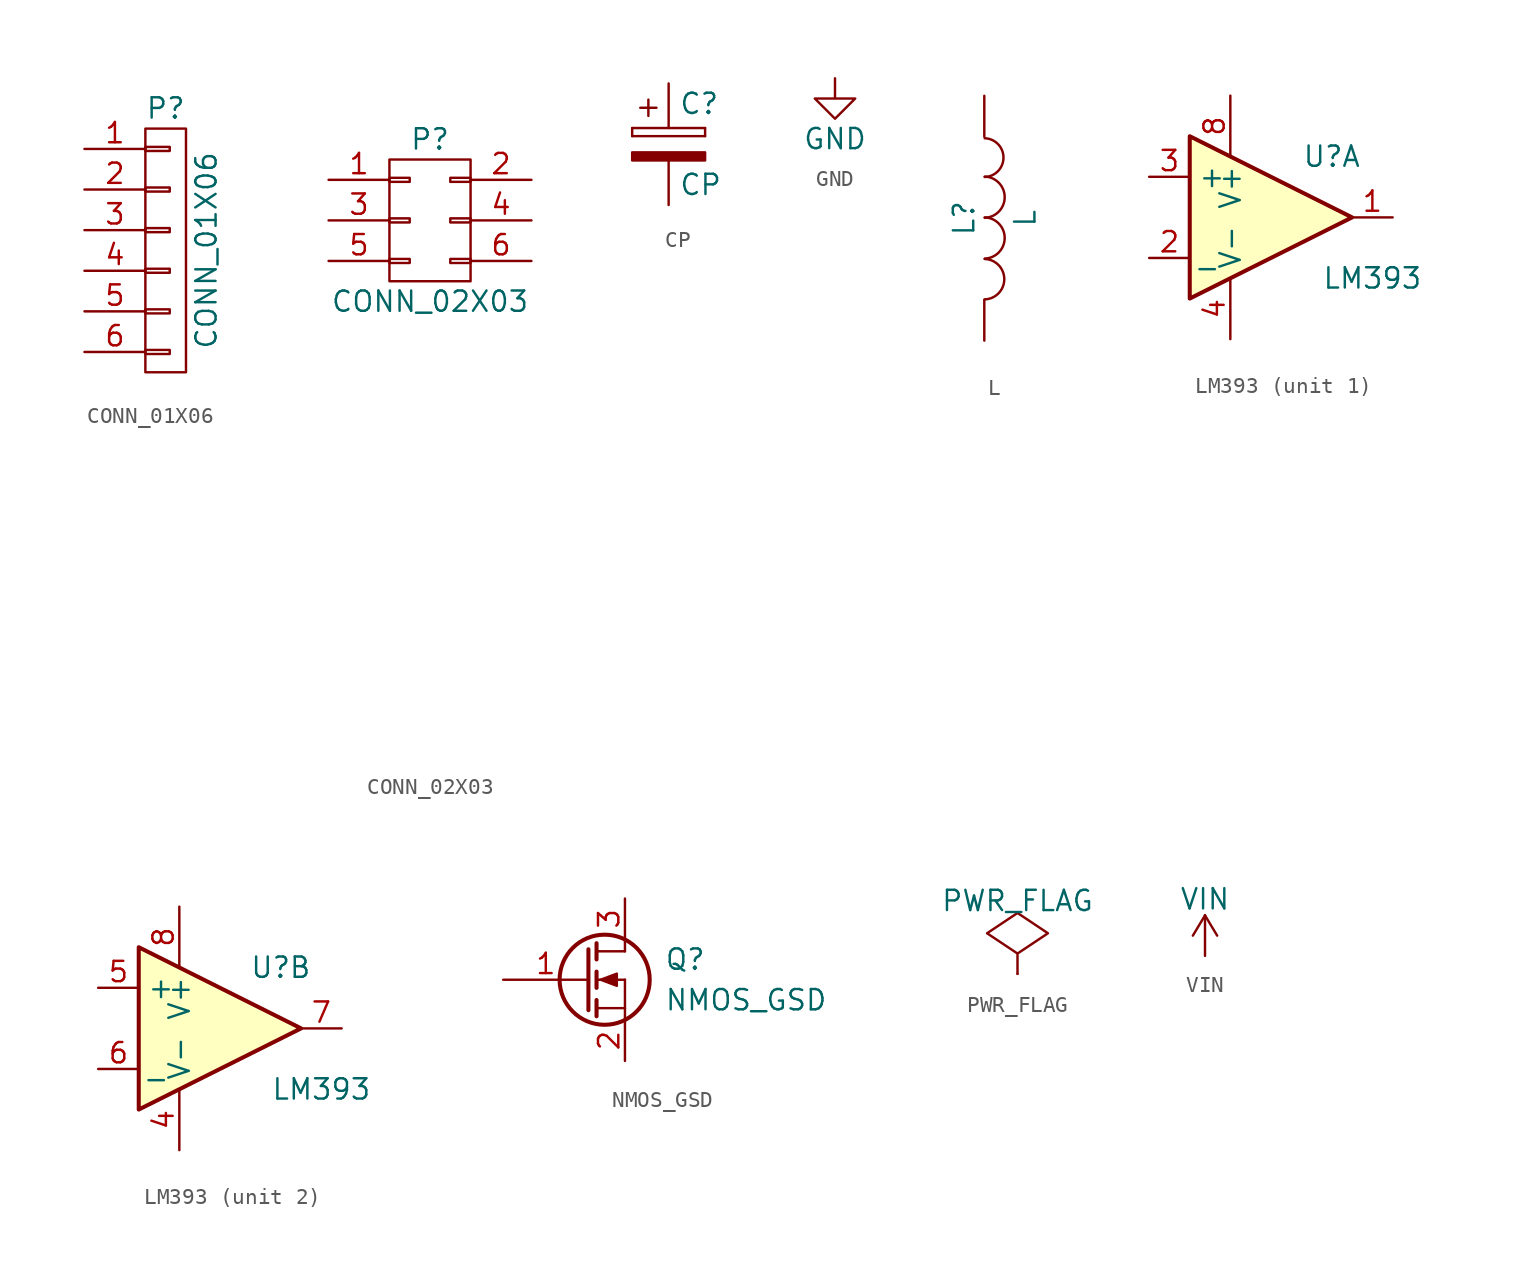
<source format=kicad_sym>
(kicad_symbol_lib
  (version 20211014)
  (generator kicad_symbol_editor)
  (symbol "CONN_01X06"
    (pin_names
      (offset 1.016) hide)
    (property "Reference" "P"
      (at 0 8.89 0)
      (effects (font (size 1.27 1.27))))
    (property "Value" "CONN_01X06"
      (at 2.54 0 90)
      (effects (font (size 1.27 1.27))))
    (property "Footprint" ""
      (at 0 0 0)
      (effects (font (size 1.524 1.524))))
    (property "Datasheet" ""
      (at 0 0 0)
      (effects (font (size 1.524 1.524))))
    (symbol "CONN_01X06_0_1"
      (rectangle (start -1.27 -6.223) (end 0.254 -6.477) (stroke (width 0) (type default) (color 0 0 0 0)) (fill (type none)))
      (rectangle (start -1.27 -3.683) (end 0.254 -3.937) (stroke (width 0) (type default) (color 0 0 0 0)) (fill (type none)))
      (rectangle (start -1.27 -1.143) (end 0.254 -1.397) (stroke (width 0) (type default) (color 0 0 0 0)) (fill (type none)))
      (rectangle (start -1.27 1.397) (end 0.254 1.143) (stroke (width 0) (type default) (color 0 0 0 0)) (fill (type none)))
      (rectangle (start -1.27 3.937) (end 0.254 3.683) (stroke (width 0) (type default) (color 0 0 0 0)) (fill (type none)))
      (rectangle (start -1.27 6.477) (end 0.254 6.223) (stroke (width 0) (type default) (color 0 0 0 0)) (fill (type none)))
      (rectangle (start -1.27 7.62) (end 1.27 -7.62) (stroke (width 0) (type default) (color 0 0 0 0)) (fill (type none))))
    (symbol "CONN_01X06_1_1"
      (pin passive line (at -5.08 6.35 0) (length 3.81) (name "P1" (effects (font (size 1.27 1.27)))) (number "1" (effects (font (size 1.27 1.27)))))
      (pin passive line (at -5.08 3.81 0) (length 3.81) (name "P2" (effects (font (size 1.27 1.27)))) (number "2" (effects (font (size 1.27 1.27)))))
      (pin passive line (at -5.08 1.27 0) (length 3.81) (name "P3" (effects (font (size 1.27 1.27)))) (number "3" (effects (font (size 1.27 1.27)))))
      (pin passive line (at -5.08 -1.27 0) (length 3.81) (name "P4" (effects (font (size 1.27 1.27)))) (number "4" (effects (font (size 1.27 1.27)))))
      (pin passive line (at -5.08 -3.81 0) (length 3.81) (name "P5" (effects (font (size 1.27 1.27)))) (number "5" (effects (font (size 1.27 1.27)))))
      (pin passive line (at -5.08 -6.35 0) (length 3.81) (name "P6" (effects (font (size 1.27 1.27)))) (number "6" (effects (font (size 1.27 1.27)))))))
  (symbol "CONN_02X03"
    (pin_names
      (offset 0.025) hide)
    (property "Reference" "P"
      (at 0 5.08 0)
      (effects (font (size 1.27 1.27))))
    (property "Value" "CONN_02X03"
      (at 0 -5.08 0)
      (effects (font (size 1.27 1.27))))
    (property "Footprint" ""
      (at 0 -30.48 0)
      (effects (font (size 1.524 1.524))))
    (property "Datasheet" ""
      (at 0 -30.48 0)
      (effects (font (size 1.524 1.524))))
    (symbol "CONN_02X03_0_1"
      (rectangle (start -2.54 -2.413) (end -1.27 -2.667) (stroke (width 0) (type default) (color 0 0 0 0)) (fill (type none)))
      (rectangle (start -2.54 0.127) (end -1.27 -0.127) (stroke (width 0) (type default) (color 0 0 0 0)) (fill (type none)))
      (rectangle (start -2.54 2.667) (end -1.27 2.413) (stroke (width 0) (type default) (color 0 0 0 0)) (fill (type none)))
      (rectangle (start -2.54 3.81) (end 2.54 -3.81) (stroke (width 0) (type default) (color 0 0 0 0)) (fill (type none)))
      (rectangle (start 1.27 -2.413) (end 2.54 -2.667) (stroke (width 0) (type default) (color 0 0 0 0)) (fill (type none)))
      (rectangle (start 1.27 0.127) (end 2.54 -0.127) (stroke (width 0) (type default) (color 0 0 0 0)) (fill (type none)))
      (rectangle (start 1.27 2.667) (end 2.54 2.413) (stroke (width 0) (type default) (color 0 0 0 0)) (fill (type none))))
    (symbol "CONN_02X03_1_1"
      (pin passive line (at -6.35 2.54 0) (length 3.81) (name "P1" (effects (font (size 1.27 1.27)))) (number "1" (effects (font (size 1.27 1.27)))))
      (pin passive line (at 6.35 2.54 180) (length 3.81) (name "P2" (effects (font (size 1.27 1.27)))) (number "2" (effects (font (size 1.27 1.27)))))
      (pin passive line (at -6.35 0 0) (length 3.81) (name "P3" (effects (font (size 1.27 1.27)))) (number "3" (effects (font (size 1.27 1.27)))))
      (pin passive line (at 6.35 0 180) (length 3.81) (name "P4" (effects (font (size 1.27 1.27)))) (number "4" (effects (font (size 1.27 1.27)))))
      (pin passive line (at -6.35 -2.54 0) (length 3.81) (name "P5" (effects (font (size 1.27 1.27)))) (number "5" (effects (font (size 1.27 1.27)))))
      (pin passive line (at 6.35 -2.54 180) (length 3.81) (name "P6" (effects (font (size 1.27 1.27)))) (number "6" (effects (font (size 1.27 1.27)))))))
  (symbol "CP"
    (pin_numbers hide)
    (pin_names
      (offset 0.254))
    (property "Reference" "C"
      (at 0.635 2.54 0)
      (effects (font (size 1.27 1.27)) (justify left)))
    (property "Value" "CP"
      (at 0.635 -2.54 0)
      (effects (font (size 1.27 1.27)) (justify left)))
    (property "Footprint" ""
      (at 0.965 -3.81 0)
      (effects (font (size 0.762 0.762))))
    (property "Datasheet" ""
      (at 0 0 0)
      (effects (font (size 1.524 1.524))))
    (symbol "CP_0_1"
      (rectangle (start -2.286 0.508) (end -2.286 1.016) (stroke (width 0) (type default) (color 0 0 0 0)) (fill (type none)))
      (rectangle (start -2.286 0.508) (end 2.286 0.508) (stroke (width 0) (type default) (color 0 0 0 0)) (fill (type none)))
      (polyline (pts (xy -1.778 2.286) (xy -0.762 2.286)) (stroke (width 0) (type default) (color 0 0 0 0)) (fill (type none)))
      (polyline (pts (xy -1.27 2.794) (xy -1.27 1.778)) (stroke (width 0) (type default) (color 0 0 0 0)) (fill (type none)))
      (rectangle (start 2.286 -0.508) (end -2.286 -1.016) (stroke (width 0) (type default) (color 0 0 0 0)) (fill (type outline)))
      (rectangle (start 2.286 1.016) (end -2.286 1.016) (stroke (width 0) (type default) (color 0 0 0 0)) (fill (type none)))
      (rectangle (start 2.286 1.016) (end 2.286 0.508) (stroke (width 0) (type default) (color 0 0 0 0)) (fill (type none))))
    (symbol "CP_1_1"
      (pin passive line (at 0 3.81 270) (length 2.794) (name "~" (effects (font (size 1.016 1.016)))) (number "1" (effects (font (size 1.016 1.016)))))
      (pin passive line (at 0 -3.81 90) (length 2.794) (name "~" (effects (font (size 1.016 1.016)))) (number "2" (effects (font (size 1.016 1.016)))))))
  (symbol "GND"
    (power)
    (pin_names
      (offset 0))
    (property "Reference" "#PWR"
      (at 0 -6.35 0)
      (effects (font (size 1.27 1.27)) hide))
    (property "Value" "GND"
      (at 0 -3.81 0)
      (effects (font (size 1.27 1.27))))
    (property "Footprint" ""
      (at 0 0 0)
      (effects (font (size 1.524 1.524))))
    (property "Datasheet" ""
      (at 0 0 0)
      (effects (font (size 1.524 1.524))))
    (symbol "GND_0_1"
      (polyline (pts (xy 0 0) (xy 0 -1.27) (xy 1.27 -1.27) (xy 0 -2.54) (xy -1.27 -1.27) (xy 0 -1.27)) (stroke (width 0) (type default) (color 0 0 0 0)) (fill (type none))))
    (symbol "GND_1_1"
      (pin power_in line (at 0 0 270) (length 0) hide (name "GND" (effects (font (size 1.27 1.27)))) (number "1" (effects (font (size 1.27 1.27)))))))
  (symbol "L"
    (pin_numbers hide)
    (pin_names
      (offset 1.016) hide)
    (property "Reference" "L"
      (at -1.27 0 90)
      (effects (font (size 1.27 1.27))))
    (property "Value" "L"
      (at 2.54 0 90)
      (effects (font (size 1.27 1.27))))
    (property "Footprint" ""
      (at 0 0 0)
      (effects (font (size 1.524 1.524))))
    (property "Datasheet" ""
      (at 0 0 0)
      (effects (font (size 1.524 1.524))))
    (symbol "L_0_1"
      (arc (start 0.0254 -5.0546) (mid 1.2449 -3.8097) (end 0.0254 -2.54) (stroke (width 0) (type default) (color 0 0 0 0)) (fill (type none)))
      (arc (start 0.0254 -2.5146) (mid 1.2703 -1.2444) (end 0.0254 0.0508) (stroke (width 0) (type default) (color 0 0 0 0)) (fill (type none)))
      (arc (start 0.0254 0.0254) (mid 1.2703 1.2956) (end 0.0254 2.5908) (stroke (width 0) (type default) (color 0 0 0 0)) (fill (type none)))
      (arc (start 0.0254 2.5654) (mid 1.1941 3.7595) (end 0.0254 4.9784) (stroke (width 0) (type default) (color 0 0 0 0)) (fill (type none))))
    (symbol "L_1_1"
      (pin passive line (at 0 7.62 270) (length 2.54) (name "1" (effects (font (size 1.778 1.778)))) (number "1" (effects (font (size 1.778 1.778)))))
      (pin passive line (at 0 -7.62 90) (length 2.54) (name "2" (effects (font (size 1.778 1.778)))) (number "2" (effects (font (size 1.778 1.778)))))))
  (symbol "LM393"
    (property "Reference" "U"
      (at 3.81 3.81 0)
      (effects (font (size 1.27 1.27))))
    (property "Value" "LM393"
      (at 6.35 -3.81 0)
      (effects (font (size 1.27 1.27))))
    (symbol "LM393_0_1"
      (polyline (pts (xy -5.08 5.08) (xy 5.08 0) (xy -5.08 -5.08) (xy -5.08 5.08)) (stroke (width 0.254) (type default) (color 0 0 0 0)) (fill (type background))))
    (symbol "LM393_1_1"
      (pin open_collector line (at 7.62 0 180) (length 2.54) (name "~" (effects (font (size 1.27 1.27)))) (number "1" (effects (font (size 1.27 1.27)))))
      (pin input line (at -7.62 -2.54 0) (length 2.54) (name "_" (effects (font (size 1.27 1.27)))) (number "2" (effects (font (size 1.27 1.27)))))
      (pin input line (at -7.62 2.54 0) (length 2.54) (name "+" (effects (font (size 1.27 1.27)))) (number "3" (effects (font (size 1.27 1.27)))))
      (pin power_in line (at -2.54 -7.62 90) (length 3.81) (name "V-" (effects (font (size 1.27 1.27)))) (number "4" (effects (font (size 1.27 1.27)))))
      (pin power_in line (at -2.54 7.62 270) (length 3.81) (name "V+" (effects (font (size 1.27 1.27)))) (number "8" (effects (font (size 1.27 1.27))))))
    (symbol "LM393_2_1"
      (pin power_in line (at -2.54 -7.62 90) (length 3.81) (name "V-" (effects (font (size 1.27 1.27)))) (number "4" (effects (font (size 1.27 1.27)))))
      (pin input line (at -7.62 2.54 0) (length 2.54) (name "+" (effects (font (size 1.27 1.27)))) (number "5" (effects (font (size 1.27 1.27)))))
      (pin input line (at -7.62 -2.54 0) (length 2.54) (name "_" (effects (font (size 1.27 1.27)))) (number "6" (effects (font (size 1.27 1.27)))))
      (pin open_collector line (at 7.62 0 180) (length 2.54) (name "~" (effects (font (size 1.27 1.27)))) (number "7" (effects (font (size 1.27 1.27)))))
      (pin power_in line (at -2.54 7.62 270) (length 3.81) (name "V+" (effects (font (size 1.27 1.27)))) (number "8" (effects (font (size 1.27 1.27)))))))
  (symbol "NMOS_GSD"
    (pin_names
      (offset 0) hide)
    (property "Reference" "Q"
      (at 7.62 1.27 0)
      (effects (font (size 1.27 1.27)) (justify right)))
    (property "Value" "NMOS_GSD"
      (at 15.24 -1.27 0)
      (effects (font (size 1.27 1.27)) (justify right)))
    (property "Footprint" ""
      (at 5.08 2.54 0)
      (effects (font (size 0.737 0.737))))
    (property "Datasheet" ""
      (at 0 0 0)
      (effects (font (size 1.524 1.524))))
    (symbol "NMOS_GSD_0_1"
      (polyline (pts (xy 0.762 -1.778) (xy 2.54 -1.778)) (stroke (width 0) (type default) (color 0 0 0 0)) (fill (type none)))
      (polyline (pts (xy 0.762 -1.27) (xy 0.762 -2.286)) (stroke (width 0.254) (type default) (color 0 0 0 0)) (fill (type none)))
      (polyline (pts (xy 0.762 0) (xy 2.54 0)) (stroke (width 0) (type default) (color 0 0 0 0)) (fill (type none)))
      (polyline (pts (xy 0.762 0.508) (xy 0.762 -0.508)) (stroke (width 0.254) (type default) (color 0 0 0 0)) (fill (type none)))
      (polyline (pts (xy 0.762 1.778) (xy 2.54 1.778)) (stroke (width 0) (type default) (color 0 0 0 0)) (fill (type none)))
      (polyline (pts (xy 0.762 2.286) (xy 0.762 1.27)) (stroke (width 0.254) (type default) (color 0 0 0 0)) (fill (type none)))
      (polyline (pts (xy 2.54 -1.778) (xy 2.54 -2.54)) (stroke (width 0) (type default) (color 0 0 0 0)) (fill (type none)))
      (polyline (pts (xy 2.54 -1.778) (xy 2.54 0)) (stroke (width 0) (type default) (color 0 0 0 0)) (fill (type none)))
      (polyline (pts (xy 2.54 2.54) (xy 2.54 1.778)) (stroke (width 0) (type default) (color 0 0 0 0)) (fill (type none)))
      (polyline (pts (xy 0.254 1.905) (xy 0.254 -1.905) (xy 0.254 -1.905)) (stroke (width 0.254) (type default) (color 0 0 0 0)) (fill (type none)))
      (polyline (pts (xy 1.016 0) (xy 2.032 0.381) (xy 2.032 -0.381) (xy 1.016 0)) (stroke (width 0) (type default) (color 0 0 0 0)) (fill (type outline)))
      (circle (center 1.27 0) (radius 2.819) (stroke (width 0.254) (type default) (color 0 0 0 0)) (fill (type none))))
    (symbol "NMOS_GSD_1_1"
      (pin input line (at -5.08 0 0) (length 5.334) (name "G" (effects (font (size 1.27 1.27)))) (number "1" (effects (font (size 1.27 1.27)))))
      (pin passive line (at 2.54 -5.08 90) (length 2.54) (name "S" (effects (font (size 1.27 1.27)))) (number "2" (effects (font (size 1.27 1.27)))))
      (pin passive line (at 2.54 5.08 270) (length 2.54) (name "D" (effects (font (size 1.27 1.27)))) (number "3" (effects (font (size 1.27 1.27)))))))
  (symbol "PWR_FLAG"
    (power)
    (pin_numbers hide)
    (pin_names
      (offset 0) hide)
    (property "Reference" "#FLG"
      (at 0 2.413 0)
      (effects (font (size 1.27 1.27)) hide))
    (property "Value" "PWR_FLAG"
      (at 0 4.572 0)
      (effects (font (size 1.27 1.27))))
    (property "Footprint" ""
      (at 0 0 0)
      (effects (font (size 1.27 1.27))))
    (property "Datasheet" ""
      (at 0 0 0)
      (effects (font (size 1.27 1.27))))
    (symbol "PWR_FLAG_0_0"
      (pin power_out line (at 0 0 90) (length 0) (name "pwr" (effects (font (size 0.508 0.508)))) (number "1" (effects (font (size 0.508 0.508))))))
    (symbol "PWR_FLAG_0_1"
      (polyline (pts (xy 0 0) (xy 0 1.27) (xy -1.905 2.54) (xy 0 3.81) (xy 1.905 2.54) (xy 0 1.27)) (stroke (width 0) (type default) (color 0 0 0 0)) (fill (type none)))))
  (symbol "VIN"
    (power)
    (pin_names
      (offset 0))
    (property "Reference" "#PWR"
      (at 0 -3.81 0)
      (effects (font (size 1.27 1.27)) hide))
    (property "Value" "VIN"
      (at 0 3.556 0)
      (effects (font (size 1.27 1.27))))
    (property "Footprint" ""
      (at 0 0 0)
      (effects (font (size 1.524 1.524))))
    (property "Datasheet" ""
      (at 0 0 0)
      (effects (font (size 1.524 1.524))))
    (symbol "VIN_0_1"
      (polyline (pts (xy -0.762 1.27) (xy 0 2.54)) (stroke (width 0) (type default) (color 0 0 0 0)) (fill (type none)))
      (polyline (pts (xy 0 0) (xy 0 2.54)) (stroke (width 0) (type default) (color 0 0 0 0)) (fill (type none)))
      (polyline (pts (xy 0 2.54) (xy 0.762 1.27)) (stroke (width 0) (type default) (color 0 0 0 0)) (fill (type none))))
    (symbol "VIN_1_1"
      (pin power_in line (at 0 0 90) (length 0) hide (name "VIN" (effects (font (size 1.27 1.27)))) (number "1" (effects (font (size 1.27 1.27))))))))
</source>
